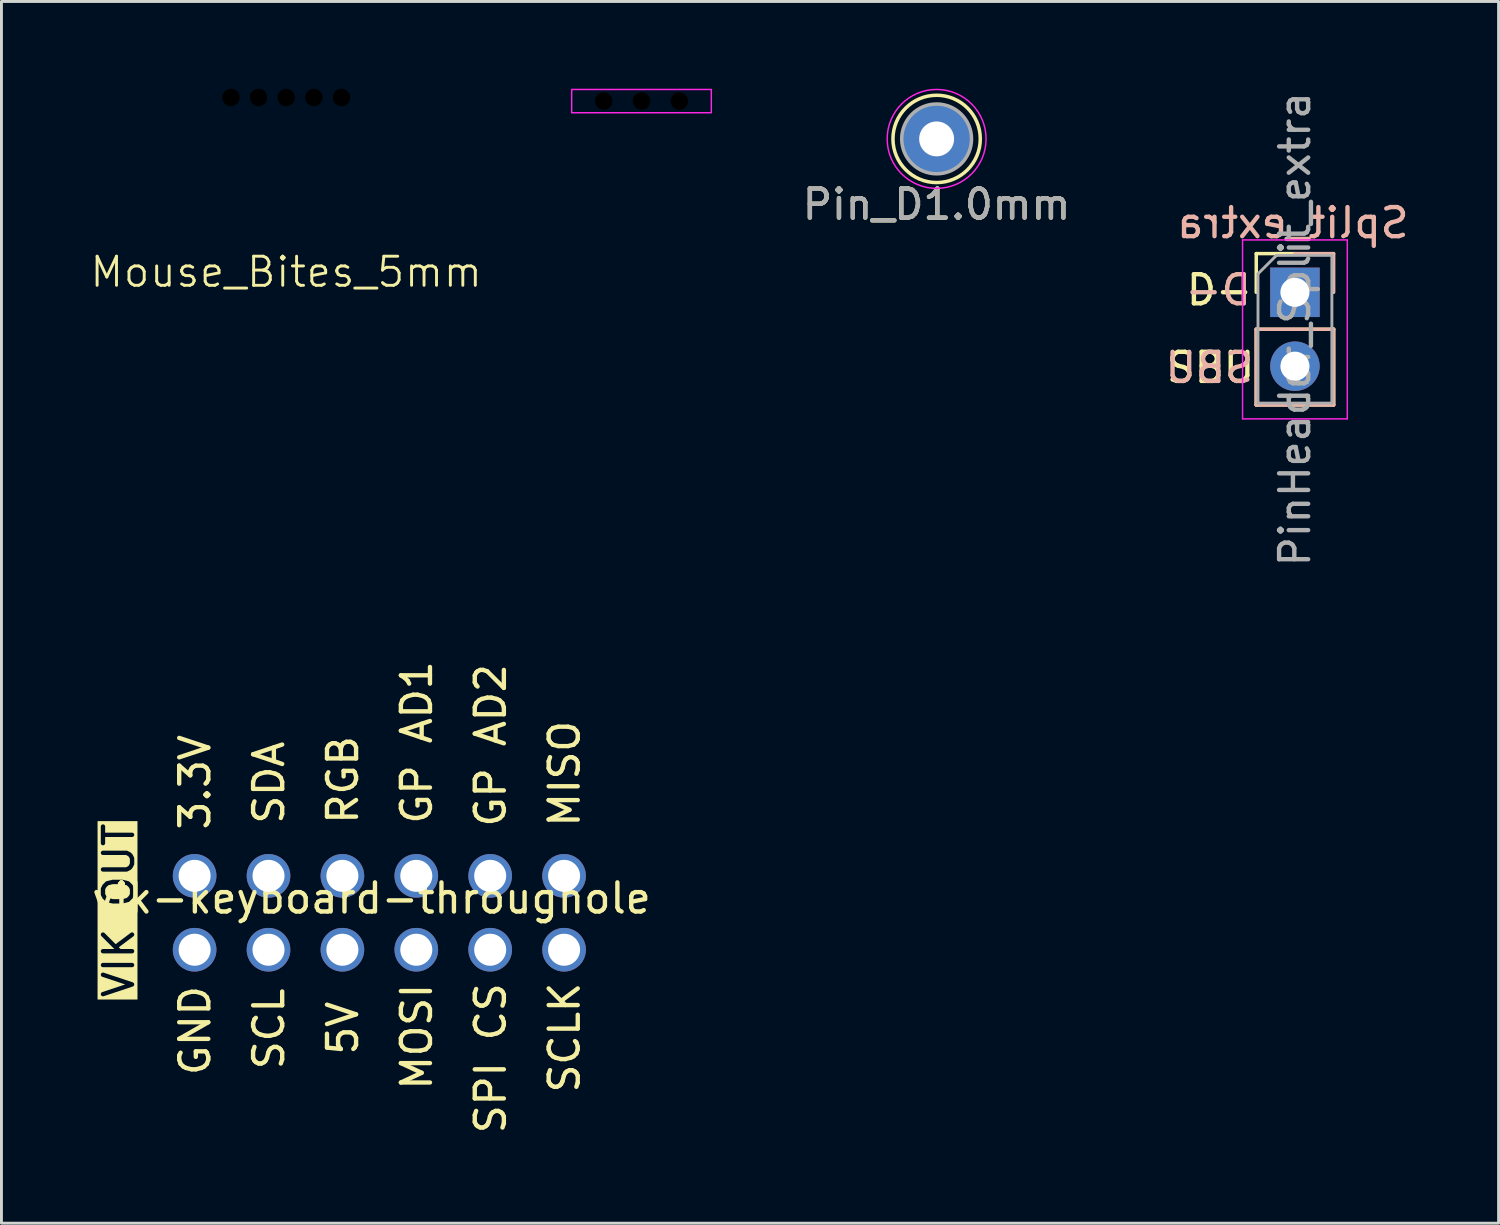
<source format=kicad_pcb>
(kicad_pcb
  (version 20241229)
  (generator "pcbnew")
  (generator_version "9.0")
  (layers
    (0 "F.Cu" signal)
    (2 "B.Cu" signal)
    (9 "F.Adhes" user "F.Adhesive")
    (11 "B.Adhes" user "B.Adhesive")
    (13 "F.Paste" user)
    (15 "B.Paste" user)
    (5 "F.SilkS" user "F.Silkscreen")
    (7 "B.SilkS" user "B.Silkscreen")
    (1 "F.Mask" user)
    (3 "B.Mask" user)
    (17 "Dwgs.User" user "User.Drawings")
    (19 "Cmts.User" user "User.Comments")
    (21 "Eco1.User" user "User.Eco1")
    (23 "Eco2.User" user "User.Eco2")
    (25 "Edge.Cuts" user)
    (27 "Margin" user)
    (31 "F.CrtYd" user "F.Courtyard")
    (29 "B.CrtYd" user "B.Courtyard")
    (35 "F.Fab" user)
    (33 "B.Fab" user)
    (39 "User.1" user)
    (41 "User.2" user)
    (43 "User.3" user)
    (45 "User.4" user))
  (footprint "PinHeader_Split_extra"
    (layer "F.Cu")
    (at 41.463 6.998)
    (property "Reference" "PinHeader_Split_extra" (at 0 1.27 90) (layer "F.Fab") (effects (font (size 1 1) (thickness 0.15))))
    (attr through_hole exclude_from_pos_files exclude_from_bom)
    (private_layers "User.9")
    (fp_line (start -1.33 -1.33) (end 0 -1.33) (stroke (width 0.12) (type solid)) (layer "F.SilkS"))
    (fp_line (start -1.33 0) (end -1.33 -1.33) (stroke (width 0.12) (type solid)) (layer "F.SilkS"))
    (fp_line (start -1.33 1.27) (end -1.33 3.87) (stroke (width 0.12) (type solid)) (layer "F.SilkS"))
    (fp_line (start -1.33 1.27) (end 1.33 1.27) (stroke (width 0.12) (type solid)) (layer "F.SilkS"))
    (fp_line (start -1.33 3.87) (end 1.33 3.87) (stroke (width 0.12) (type solid)) (layer "F.SilkS"))
    (fp_line (start 1.33 1.27) (end 1.33 3.87) (stroke (width 0.12) (type solid)) (layer "F.SilkS"))
    (fp_line (start -1.33 1.27) (end 1.33 1.27) (stroke (width 0.12) (type solid)) (layer "B.SilkS"))
    (fp_line (start -1.33 3.87) (end -1.33 1.27) (stroke (width 0.12) (type solid)) (layer "B.SilkS"))
    (fp_line (start -1.33 3.87) (end 1.33 3.87) (stroke (width 0.12) (type solid)) (layer "B.SilkS"))
    (fp_line (start 0 -1.33) (end 1.33 -1.33) (stroke (width 0.12) (type solid)) (layer "B.SilkS"))
    (fp_line (start 1.33 -1.33) (end 1.33 0) (stroke (width 0.12) (type solid)) (layer "B.SilkS"))
    (fp_line (start 1.33 3.87) (end 1.33 1.27) (stroke (width 0.12) (type solid)) (layer "B.SilkS"))
    (fp_line (start -1.8 -1.8) (end -1.8 4.35) (stroke (width 0.05) (type solid)) (layer "F.CrtYd"))
    (fp_line (start -1.8 4.35) (end 1.8 4.35) (stroke (width 0.05) (type solid)) (layer "F.CrtYd"))
    (fp_line (start 1.8 -1.8) (end -1.8 -1.8) (stroke (width 0.05) (type solid)) (layer "F.CrtYd"))
    (fp_line (start 1.8 4.35) (end 1.8 -1.8) (stroke (width 0.05) (type solid)) (layer "F.CrtYd"))
    (fp_line (start -1.27 -0.635) (end -0.635 -1.27) (stroke (width 0.1) (type solid)) (layer "F.Fab"))
    (fp_line (start -1.27 3.81) (end -1.27 -0.635) (stroke (width 0.1) (type solid)) (layer "F.Fab"))
    (fp_line (start -0.635 -1.27) (end 1.27 -1.27) (stroke (width 0.1) (type solid)) (layer "F.Fab"))
    (fp_line (start 1.27 -1.27) (end 1.27 3.81) (stroke (width 0.1) (type solid)) (layer "F.Fab"))
    (fp_line (start 1.27 3.81) (end -1.27 3.81) (stroke (width 0.1) (type solid)) (layer "F.Fab"))
    (fp_text user "SBU" (at -4.496 3.175 0) (unlocked yes) (layer "F.SilkS") (effects (font (size 1 1) (thickness 0.15)) (justify left bottom)))
    (fp_text user "D-" (at -3.81 0.508 0) (unlocked yes) (layer "F.SilkS") (effects (font (size 1 1) (thickness 0.15)) (justify left bottom)))
    (fp_text user "D-" (at -1.422 0.508 0) (unlocked yes) (layer "B.SilkS") (effects (font (size 1 1) (thickness 0.15)) (justify left bottom mirror)))
    (fp_text user "SBU" (at -1.346 3.175 0) (unlocked yes) (layer "B.SilkS") (effects (font (size 1 1) (thickness 0.15)) (justify left bottom mirror)))
    (fp_text user "Split_extra" (at 4 -1.8 0) (unlocked yes) (layer "B.SilkS") (effects (font (size 1 1) (thickness 0.15)) (justify left bottom mirror)))
    (pad "1" thru_hole rect (at 0 0) (size 1.7 1.7) (drill 1) (layers "*.Cu" "*.Mask"))
    (pad "2" thru_hole oval (at 0 2.54) (size 1.7 1.7) (drill 1) (layers "*.Cu" "*.Mask")))
  (footprint "Mouse_Bites_5mm"
    (layer "F.Cu")
    (at 6.788 0.3)
    (property "Reference" "Mouse_Bites_5mm" (at 0 6 0) (unlocked yes) (layer "F.SilkS") (effects (font (size 1 1) (thickness 0.1))))
    (attr through_hole board_only exclude_from_pos_files exclude_from_bom)
    (pad "" np_thru_hole circle (at -1.9 0) (size 0.6 0.6) (drill 0.6) (layers "*.Mask"))
    (pad "" np_thru_hole circle (at -0.95 0) (size 0.6 0.6) (drill 0.6) (layers "*.Mask"))
    (pad "" np_thru_hole circle (at 0 0) (size 0.6 0.6) (drill 0.6) (layers "*.Mask"))
    (pad "" np_thru_hole circle (at 0.95 0) (size 0.6 0.6) (drill 0.6) (layers "*.Mask"))
    (pad "" np_thru_hole circle (at 1.9 0) (size 0.6 0.6) (drill 0.6) (layers "*.Mask")))
  (footprint "Pin_D1.0mm"
    (layer "F.Cu")
    (at 29.146 1.725)
    (property "Reference" "Pin_D1.0mm" (at 0 2.25 0) (layer "F.SilkS") (effects (font (size 1 1) (thickness 0.15))))
    (attr through_hole)
    (fp_circle (center 0 0) (end 1.5 0.05) (stroke (width 0.12) (type solid)) (fill no) (layer "F.SilkS"))
    (fp_circle (center 0 0) (end 1.7 0) (stroke (width 0.05) (type solid)) (fill no) (layer "F.CrtYd"))
    (fp_circle (center 0 0) (end 0.5 0) (stroke (width 0.12) (type solid)) (fill no) (layer "F.Fab"))
    (fp_circle (center 0 0) (end 1.2 0) (stroke (width 0.12) (type solid)) (fill no) (layer "F.Fab"))
    (fp_text user "${REFERENCE}" (at 0 2.25 0) (layer "F.Fab") (effects (font (size 1 1) (thickness 0.15))))
    (pad "1" thru_hole circle (at 0 0) (size 2.4 2.4) (drill 1.2) (layers "*.Cu" "*.Mask")))
  (footprint "vik-keyboard-throughole"
    (layer "F.Cu")
    (at 8.64 28.327)
    (property "Reference" "vik-keyboard-throughole" (at 1.08 -0.5 0) (unlocked yes) (layer "F.SilkS") (effects (font (size 1 1) (thickness 0.15))))
    (attr smd)
    (fp_text user "MISO" (at 8.3 -2.87 90) (unlocked yes) (layer "F.SilkS") (effects (font (size 1 1) (thickness 0.15)) (justify left bottom)))
    (fp_text user "VIK OUT" (at -7.02 2.99 90) (unlocked yes) (layer "F.SilkS" knockout) (effects (font (size 1 1) (thickness 0.15)) (justify left bottom)))
    (fp_text user "3.3V" (at -4.4 -2.77 90) (unlocked yes) (layer "F.SilkS") (effects (font (size 1 1) (thickness 0.15)) (justify left bottom)))
    (fp_text user "GP AD1" (at 3.22 -2.97 90) (unlocked yes) (layer "F.SilkS") (effects (font (size 1 1) (thickness 0.15)) (justify left bottom)))
    (fp_text user "SPI CS" (at 5.76 7.67 90) (unlocked yes) (layer "F.SilkS") (effects (font (size 1 1) (thickness 0.15)) (justify left bottom)))
    (fp_text user "GP AD2" (at 5.76 -2.87 90) (unlocked yes) (layer "F.SilkS") (effects (font (size 1 1) (thickness 0.15)) (justify left bottom)))
    (fp_text user "GND" (at -4.4 5.67 90) (unlocked yes) (layer "F.SilkS") (effects (font (size 1 1) (thickness 0.15)) (justify left bottom)))
    (fp_text user "SCLK" (at 8.3 6.27 90) (unlocked yes) (layer "F.SilkS") (effects (font (size 1 1) (thickness 0.15)) (justify left bottom)))
    (fp_text user "SDA" (at -1.86 -2.97 90) (unlocked yes) (layer "F.SilkS") (effects (font (size 1 1) (thickness 0.15)) (justify left bottom)))
    (fp_text user "RGB" (at 0.68 -2.97 90) (unlocked yes) (layer "F.SilkS") (effects (font (size 1 1) (thickness 0.15)) (justify left bottom)))
    (fp_text user "SCL" (at -1.86 5.47 90) (unlocked yes) (layer "F.SilkS") (effects (font (size 1 1) (thickness 0.15)) (justify left bottom)))
    (fp_text user "5V" (at 0.68 4.97 90) (unlocked yes) (layer "F.SilkS") (effects (font (size 1 1) (thickness 0.15)) (justify left bottom)))
    (fp_text user "MOSI" (at 3.22 6.17 90) (unlocked yes) (layer "F.SilkS") (effects (font (size 1 1) (thickness 0.15)) (justify left bottom)))
    (pad "1" thru_hole circle (at -5 -1.27) (size 1.5 1.5) (drill 1.1) (layers "*.Cu" "*.Mask"))
    (pad "2" thru_hole circle (at -5 1.27) (size 1.5 1.5) (drill 1.1) (layers "*.Cu" "*.Mask"))
    (pad "3" thru_hole circle (at -2.46 -1.27) (size 1.5 1.5) (drill 1.1) (layers "*.Cu" "*.Mask"))
    (pad "4" thru_hole circle (at -2.46 1.27) (size 1.5 1.5) (drill 1.1) (layers "*.Cu" "*.Mask"))
    (pad "5" thru_hole circle (at 0.08 -1.27) (size 1.5 1.5) (drill 1.1) (layers "*.Cu" "*.Mask"))
    (pad "6" thru_hole circle (at 0.08 1.27) (size 1.5 1.5) (drill 1.1) (layers "*.Cu" "*.Mask"))
    (pad "7" thru_hole circle (at 2.62 -1.27) (size 1.5 1.5) (drill 1.1) (layers "*.Cu" "*.Mask"))
    (pad "8" thru_hole circle (at 2.62 1.27) (size 1.5 1.5) (drill 1.1) (layers "*.Cu" "*.Mask"))
    (pad "9" thru_hole circle (at 5.16 -1.27) (size 1.5 1.5) (drill 1.1) (layers "*.Cu" "*.Mask"))
    (pad "10" thru_hole circle (at 5.16 1.27) (size 1.5 1.5) (drill 1.1) (layers "*.Cu" "*.Mask"))
    (pad "11" thru_hole circle (at 7.7 -1.27) (size 1.5 1.5) (drill 1.1) (layers "*.Cu" "*.Mask"))
    (pad "12" thru_hole circle (at 7.7 1.27) (size 1.5 1.5) (drill 1.1) (layers "*.Cu" "*.Mask")))
  (footprint "Mouse_Bites_wide"
    (layer "F.Cu")
    (at 19.001 0.425)
    (property "Reference" "Mouse_Bites_wide" (at 0 8.8 0) (unlocked yes) (layer "User.9") (effects (font (size 1 1) (thickness 0.1))))
    (attr through_hole board_only exclude_from_pos_files exclude_from_bom)
    (private_layers "User.9")
    (fp_rect (start -2.4 -0.4) (end 2.4 0.4) (stroke (width 0.05) (type default)) (fill no) (layer "F.CrtYd"))
    (fp_text_box "Gaps wide enough for .2 mm traces" (start -8.625 -6.5) (end 8.625 -1.9) (margins 0.8 0.8 0.8 0.8) (layer "User.9") (effects (font (size 1 1) (thickness 0.15)) (justify left top)) (border yes) (stroke (width 0.1) (type solid)))
    (pad "" np_thru_hole circle (at -1.3 0) (size 0.6 0.6) (drill 0.6) (layers "*.Mask"))
    (pad "" np_thru_hole circle (at 0 0) (size 0.6 0.6) (drill 0.6) (layers "*.Mask"))
    (pad "" np_thru_hole circle (at 1.3 0) (size 0.6 0.6) (drill 0.6) (layers "*.Mask")))
  (gr_rect
    (start -3 -3)
    (end 48.463 38.997)
    (stroke (width 0.1) (type default))
    (fill no)
    (layer "Edge.Cuts")))
</source>
